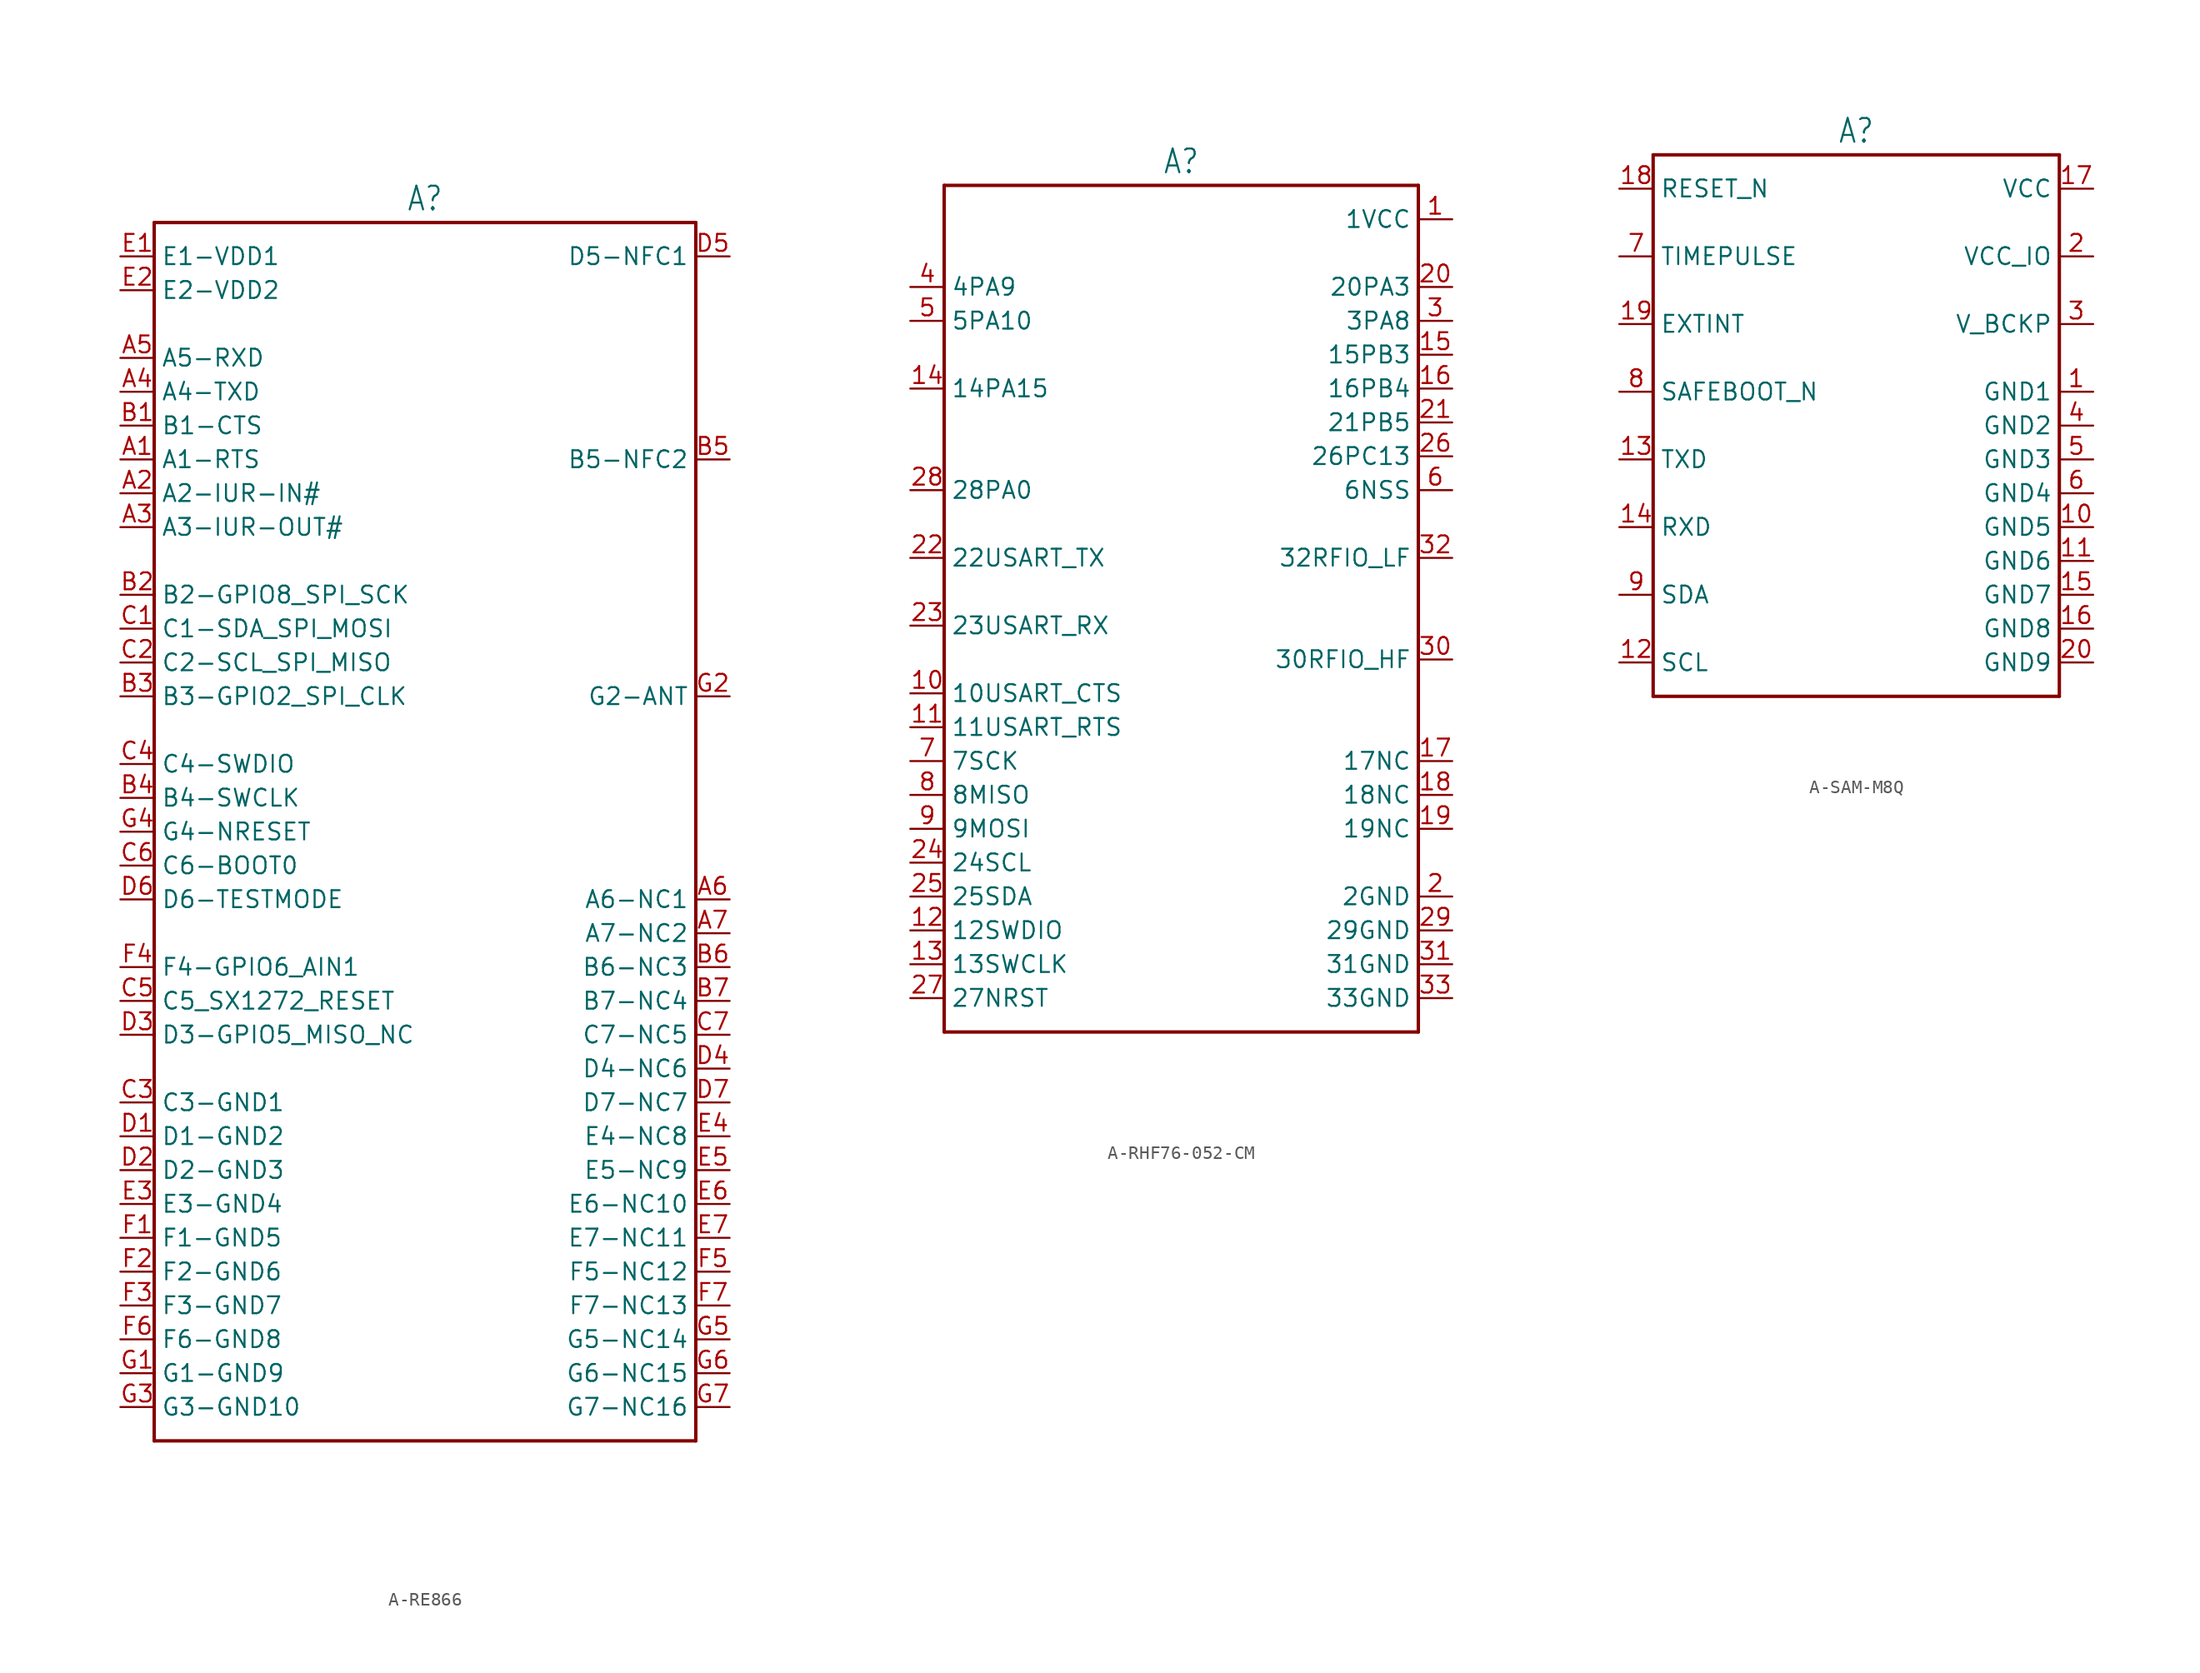
<source format=kicad_sym>
(kicad_symbol_lib
  (version 20231120)
  (generator "kicad_symbol_editor")
  (generator_version "8.0")
  (symbol "A-RE866"
    (property "Reference" "A"
      (at 0 43.942 0)
      (effects (font (size 1.778 1.511)) (justify bottom)))
    (property "Value" ""
      (at 0 -49.022 0)
      (effects (font (size 1.778 1.511)) (justify top)))
    (property "ki_locked" ""
      (at 0 0 0)
      (effects (font (size 1.27 1.27))))
    (symbol "A-RE866_1_0"
      (polyline (pts (xy -20.32 -48.26) (xy 20.32 -48.26)) (stroke (width 0.254) (type solid)) (fill (type none)))
      (polyline (pts (xy -20.32 43.18) (xy -20.32 -48.26)) (stroke (width 0.254) (type solid)) (fill (type none)))
      (polyline (pts (xy 20.32 -48.26) (xy 20.32 43.18)) (stroke (width 0.254) (type solid)) (fill (type none)))
      (polyline (pts (xy 20.32 43.18) (xy -20.32 43.18)) (stroke (width 0.254) (type solid)) (fill (type none)))
      (pin passive line (at -22.86 25.4 0) (length 2.54) (name "A1-RTS" (effects (font (size 1.27 1.27)))) (number "A1" (effects (font (size 1.27 1.27)))))
      (pin passive line (at -22.86 22.86 0) (length 2.54) (name "A2-IUR-IN#" (effects (font (size 1.27 1.27)))) (number "A2" (effects (font (size 1.27 1.27)))))
      (pin passive line (at -22.86 20.32 0) (length 2.54) (name "A3-IUR-OUT#" (effects (font (size 1.27 1.27)))) (number "A3" (effects (font (size 1.27 1.27)))))
      (pin passive line (at -22.86 30.48 0) (length 2.54) (name "A4-TXD" (effects (font (size 1.27 1.27)))) (number "A4" (effects (font (size 1.27 1.27)))))
      (pin passive line (at -22.86 33.02 0) (length 2.54) (name "A5-RXD" (effects (font (size 1.27 1.27)))) (number "A5" (effects (font (size 1.27 1.27)))))
      (pin passive line (at 22.86 -7.62 180) (length 2.54) (name "A6-NC1" (effects (font (size 1.27 1.27)))) (number "A6" (effects (font (size 1.27 1.27)))))
      (pin passive line (at 22.86 -10.16 180) (length 2.54) (name "A7-NC2" (effects (font (size 1.27 1.27)))) (number "A7" (effects (font (size 1.27 1.27)))))
      (pin passive line (at -22.86 27.94 0) (length 2.54) (name "B1-CTS" (effects (font (size 1.27 1.27)))) (number "B1" (effects (font (size 1.27 1.27)))))
      (pin passive line (at -22.86 15.24 0) (length 2.54) (name "B2-GPIO8_SPI_SCK" (effects (font (size 1.27 1.27)))) (number "B2" (effects (font (size 1.27 1.27)))))
      (pin passive line (at -22.86 7.62 0) (length 2.54) (name "B3-GPIO2_SPI_CLK" (effects (font (size 1.27 1.27)))) (number "B3" (effects (font (size 1.27 1.27)))))
      (pin passive line (at -22.86 0 0) (length 2.54) (name "B4-SWCLK" (effects (font (size 1.27 1.27)))) (number "B4" (effects (font (size 1.27 1.27)))))
      (pin passive line (at 22.86 25.4 180) (length 2.54) (name "B5-NFC2" (effects (font (size 1.27 1.27)))) (number "B5" (effects (font (size 1.27 1.27)))))
      (pin passive line (at 22.86 -12.7 180) (length 2.54) (name "B6-NC3" (effects (font (size 1.27 1.27)))) (number "B6" (effects (font (size 1.27 1.27)))))
      (pin passive line (at 22.86 -15.24 180) (length 2.54) (name "B7-NC4" (effects (font (size 1.27 1.27)))) (number "B7" (effects (font (size 1.27 1.27)))))
      (pin passive line (at -22.86 12.7 0) (length 2.54) (name "C1-SDA_SPI_MOSI" (effects (font (size 1.27 1.27)))) (number "C1" (effects (font (size 1.27 1.27)))))
      (pin passive line (at -22.86 10.16 0) (length 2.54) (name "C2-SCL_SPI_MISO" (effects (font (size 1.27 1.27)))) (number "C2" (effects (font (size 1.27 1.27)))))
      (pin passive line (at -22.86 -22.86 0) (length 2.54) (name "C3-GND1" (effects (font (size 1.27 1.27)))) (number "C3" (effects (font (size 1.27 1.27)))))
      (pin passive line (at -22.86 2.54 0) (length 2.54) (name "C4-SWDIO" (effects (font (size 1.27 1.27)))) (number "C4" (effects (font (size 1.27 1.27)))))
      (pin passive line (at -22.86 -15.24 0) (length 2.54) (name "C5_SX1272_RESET" (effects (font (size 1.27 1.27)))) (number "C5" (effects (font (size 1.27 1.27)))))
      (pin passive line (at -22.86 -5.08 0) (length 2.54) (name "C6-BOOT0" (effects (font (size 1.27 1.27)))) (number "C6" (effects (font (size 1.27 1.27)))))
      (pin passive line (at 22.86 -17.78 180) (length 2.54) (name "C7-NC5" (effects (font (size 1.27 1.27)))) (number "C7" (effects (font (size 1.27 1.27)))))
      (pin passive line (at -22.86 -25.4 0) (length 2.54) (name "D1-GND2" (effects (font (size 1.27 1.27)))) (number "D1" (effects (font (size 1.27 1.27)))))
      (pin passive line (at -22.86 -27.94 0) (length 2.54) (name "D2-GND3" (effects (font (size 1.27 1.27)))) (number "D2" (effects (font (size 1.27 1.27)))))
      (pin passive line (at -22.86 -17.78 0) (length 2.54) (name "D3-GPIO5_MISO_NC" (effects (font (size 1.27 1.27)))) (number "D3" (effects (font (size 1.27 1.27)))))
      (pin passive line (at 22.86 -20.32 180) (length 2.54) (name "D4-NC6" (effects (font (size 1.27 1.27)))) (number "D4" (effects (font (size 1.27 1.27)))))
      (pin passive line (at 22.86 40.64 180) (length 2.54) (name "D5-NFC1" (effects (font (size 1.27 1.27)))) (number "D5" (effects (font (size 1.27 1.27)))))
      (pin passive line (at -22.86 -7.62 0) (length 2.54) (name "D6-TESTMODE" (effects (font (size 1.27 1.27)))) (number "D6" (effects (font (size 1.27 1.27)))))
      (pin passive line (at 22.86 -22.86 180) (length 2.54) (name "D7-NC7" (effects (font (size 1.27 1.27)))) (number "D7" (effects (font (size 1.27 1.27)))))
      (pin passive line (at -22.86 40.64 0) (length 2.54) (name "E1-VDD1" (effects (font (size 1.27 1.27)))) (number "E1" (effects (font (size 1.27 1.27)))))
      (pin passive line (at -22.86 38.1 0) (length 2.54) (name "E2-VDD2" (effects (font (size 1.27 1.27)))) (number "E2" (effects (font (size 1.27 1.27)))))
      (pin passive line (at -22.86 -30.48 0) (length 2.54) (name "E3-GND4" (effects (font (size 1.27 1.27)))) (number "E3" (effects (font (size 1.27 1.27)))))
      (pin passive line (at 22.86 -25.4 180) (length 2.54) (name "E4-NC8" (effects (font (size 1.27 1.27)))) (number "E4" (effects (font (size 1.27 1.27)))))
      (pin passive line (at 22.86 -27.94 180) (length 2.54) (name "E5-NC9" (effects (font (size 1.27 1.27)))) (number "E5" (effects (font (size 1.27 1.27)))))
      (pin passive line (at 22.86 -30.48 180) (length 2.54) (name "E6-NC10" (effects (font (size 1.27 1.27)))) (number "E6" (effects (font (size 1.27 1.27)))))
      (pin passive line (at 22.86 -33.02 180) (length 2.54) (name "E7-NC11" (effects (font (size 1.27 1.27)))) (number "E7" (effects (font (size 1.27 1.27)))))
      (pin passive line (at -22.86 -33.02 0) (length 2.54) (name "F1-GND5" (effects (font (size 1.27 1.27)))) (number "F1" (effects (font (size 1.27 1.27)))))
      (pin passive line (at -22.86 -35.56 0) (length 2.54) (name "F2-GND6" (effects (font (size 1.27 1.27)))) (number "F2" (effects (font (size 1.27 1.27)))))
      (pin passive line (at -22.86 -38.1 0) (length 2.54) (name "F3-GND7" (effects (font (size 1.27 1.27)))) (number "F3" (effects (font (size 1.27 1.27)))))
      (pin passive line (at -22.86 -12.7 0) (length 2.54) (name "F4-GPIO6_AIN1" (effects (font (size 1.27 1.27)))) (number "F4" (effects (font (size 1.27 1.27)))))
      (pin passive line (at 22.86 -35.56 180) (length 2.54) (name "F5-NC12" (effects (font (size 1.27 1.27)))) (number "F5" (effects (font (size 1.27 1.27)))))
      (pin passive line (at -22.86 -40.64 0) (length 2.54) (name "F6-GND8" (effects (font (size 1.27 1.27)))) (number "F6" (effects (font (size 1.27 1.27)))))
      (pin passive line (at 22.86 -38.1 180) (length 2.54) (name "F7-NC13" (effects (font (size 1.27 1.27)))) (number "F7" (effects (font (size 1.27 1.27)))))
      (pin passive line (at -22.86 -43.18 0) (length 2.54) (name "G1-GND9" (effects (font (size 1.27 1.27)))) (number "G1" (effects (font (size 1.27 1.27)))))
      (pin passive line (at 22.86 7.62 180) (length 2.54) (name "G2-ANT" (effects (font (size 1.27 1.27)))) (number "G2" (effects (font (size 1.27 1.27)))))
      (pin passive line (at -22.86 -45.72 0) (length 2.54) (name "G3-GND10" (effects (font (size 1.27 1.27)))) (number "G3" (effects (font (size 1.27 1.27)))))
      (pin passive line (at -22.86 -2.54 0) (length 2.54) (name "G4-NRESET" (effects (font (size 1.27 1.27)))) (number "G4" (effects (font (size 1.27 1.27)))))
      (pin passive line (at 22.86 -40.64 180) (length 2.54) (name "G5-NC14" (effects (font (size 1.27 1.27)))) (number "G5" (effects (font (size 1.27 1.27)))))
      (pin passive line (at 22.86 -43.18 180) (length 2.54) (name "G6-NC15" (effects (font (size 1.27 1.27)))) (number "G6" (effects (font (size 1.27 1.27)))))
      (pin passive line (at 22.86 -45.72 180) (length 2.54) (name "G7-NC16" (effects (font (size 1.27 1.27)))) (number "G7" (effects (font (size 1.27 1.27)))))))
  (symbol "A-RHF76-052-CM"
    (property "Reference" "A"
      (at 0 33.782 0)
      (effects (font (size 1.778 1.511)) (justify bottom)))
    (property "Value" ""
      (at 0 -31.242 0)
      (effects (font (size 1.778 1.511)) (justify top)))
    (property "ki_locked" ""
      (at 0 0 0)
      (effects (font (size 1.27 1.27))))
    (symbol "A-RHF76-052-CM_1_0"
      (polyline (pts (xy -17.78 -30.48) (xy -17.78 33.02)) (stroke (width 0.254) (type solid)) (fill (type none)))
      (polyline (pts (xy -17.78 33.02) (xy 17.78 33.02)) (stroke (width 0.254) (type solid)) (fill (type none)))
      (polyline (pts (xy 17.78 -30.48) (xy -17.78 -30.48)) (stroke (width 0.254) (type solid)) (fill (type none)))
      (polyline (pts (xy 17.78 33.02) (xy 17.78 -30.48)) (stroke (width 0.254) (type solid)) (fill (type none)))
      (pin passive line (at 20.32 30.48 180) (length 2.54) (name "1VCC" (effects (font (size 1.27 1.27)))) (number "1" (effects (font (size 1.27 1.27)))))
      (pin passive line (at -20.32 -5.08 0) (length 2.54) (name "10USART_CTS" (effects (font (size 1.27 1.27)))) (number "10" (effects (font (size 1.27 1.27)))))
      (pin passive line (at -20.32 -7.62 0) (length 2.54) (name "11USART_RTS" (effects (font (size 1.27 1.27)))) (number "11" (effects (font (size 1.27 1.27)))))
      (pin passive line (at -20.32 -22.86 0) (length 2.54) (name "12SWDIO" (effects (font (size 1.27 1.27)))) (number "12" (effects (font (size 1.27 1.27)))))
      (pin passive line (at -20.32 -25.4 0) (length 2.54) (name "13SWCLK" (effects (font (size 1.27 1.27)))) (number "13" (effects (font (size 1.27 1.27)))))
      (pin passive line (at -20.32 17.78 0) (length 2.54) (name "14PA15" (effects (font (size 1.27 1.27)))) (number "14" (effects (font (size 1.27 1.27)))))
      (pin passive line (at 20.32 20.32 180) (length 2.54) (name "15PB3" (effects (font (size 1.27 1.27)))) (number "15" (effects (font (size 1.27 1.27)))))
      (pin passive line (at 20.32 17.78 180) (length 2.54) (name "16PB4" (effects (font (size 1.27 1.27)))) (number "16" (effects (font (size 1.27 1.27)))))
      (pin passive line (at 20.32 -10.16 180) (length 2.54) (name "17NC" (effects (font (size 1.27 1.27)))) (number "17" (effects (font (size 1.27 1.27)))))
      (pin passive line (at 20.32 -12.7 180) (length 2.54) (name "18NC" (effects (font (size 1.27 1.27)))) (number "18" (effects (font (size 1.27 1.27)))))
      (pin passive line (at 20.32 -15.24 180) (length 2.54) (name "19NC" (effects (font (size 1.27 1.27)))) (number "19" (effects (font (size 1.27 1.27)))))
      (pin passive line (at 20.32 -20.32 180) (length 2.54) (name "2GND" (effects (font (size 1.27 1.27)))) (number "2" (effects (font (size 1.27 1.27)))))
      (pin passive line (at 20.32 25.4 180) (length 2.54) (name "20PA3" (effects (font (size 1.27 1.27)))) (number "20" (effects (font (size 1.27 1.27)))))
      (pin passive line (at 20.32 15.24 180) (length 2.54) (name "21PB5" (effects (font (size 1.27 1.27)))) (number "21" (effects (font (size 1.27 1.27)))))
      (pin passive line (at -20.32 5.08 0) (length 2.54) (name "22USART_TX" (effects (font (size 1.27 1.27)))) (number "22" (effects (font (size 1.27 1.27)))))
      (pin passive line (at -20.32 0 0) (length 2.54) (name "23USART_RX" (effects (font (size 1.27 1.27)))) (number "23" (effects (font (size 1.27 1.27)))))
      (pin passive line (at -20.32 -17.78 0) (length 2.54) (name "24SCL" (effects (font (size 1.27 1.27)))) (number "24" (effects (font (size 1.27 1.27)))))
      (pin passive line (at -20.32 -20.32 0) (length 2.54) (name "25SDA" (effects (font (size 1.27 1.27)))) (number "25" (effects (font (size 1.27 1.27)))))
      (pin passive line (at 20.32 12.7 180) (length 2.54) (name "26PC13" (effects (font (size 1.27 1.27)))) (number "26" (effects (font (size 1.27 1.27)))))
      (pin passive line (at -20.32 -27.94 0) (length 2.54) (name "27NRST" (effects (font (size 1.27 1.27)))) (number "27" (effects (font (size 1.27 1.27)))))
      (pin passive line (at -20.32 10.16 0) (length 2.54) (name "28PA0" (effects (font (size 1.27 1.27)))) (number "28" (effects (font (size 1.27 1.27)))))
      (pin passive line (at 20.32 -22.86 180) (length 2.54) (name "29GND" (effects (font (size 1.27 1.27)))) (number "29" (effects (font (size 1.27 1.27)))))
      (pin passive line (at 20.32 22.86 180) (length 2.54) (name "3PA8" (effects (font (size 1.27 1.27)))) (number "3" (effects (font (size 1.27 1.27)))))
      (pin passive line (at 20.32 -2.54 180) (length 2.54) (name "30RFIO_HF" (effects (font (size 1.27 1.27)))) (number "30" (effects (font (size 1.27 1.27)))))
      (pin passive line (at 20.32 -25.4 180) (length 2.54) (name "31GND" (effects (font (size 1.27 1.27)))) (number "31" (effects (font (size 1.27 1.27)))))
      (pin passive line (at 20.32 5.08 180) (length 2.54) (name "32RFIO_LF" (effects (font (size 1.27 1.27)))) (number "32" (effects (font (size 1.27 1.27)))))
      (pin passive line (at 20.32 -27.94 180) (length 2.54) (name "33GND" (effects (font (size 1.27 1.27)))) (number "33" (effects (font (size 1.27 1.27)))))
      (pin passive line (at -20.32 25.4 0) (length 2.54) (name "4PA9" (effects (font (size 1.27 1.27)))) (number "4" (effects (font (size 1.27 1.27)))))
      (pin passive line (at -20.32 22.86 0) (length 2.54) (name "5PA10" (effects (font (size 1.27 1.27)))) (number "5" (effects (font (size 1.27 1.27)))))
      (pin passive line (at 20.32 10.16 180) (length 2.54) (name "6NSS" (effects (font (size 1.27 1.27)))) (number "6" (effects (font (size 1.27 1.27)))))
      (pin passive line (at -20.32 -10.16 0) (length 2.54) (name "7SCK" (effects (font (size 1.27 1.27)))) (number "7" (effects (font (size 1.27 1.27)))))
      (pin passive line (at -20.32 -12.7 0) (length 2.54) (name "8MISO" (effects (font (size 1.27 1.27)))) (number "8" (effects (font (size 1.27 1.27)))))
      (pin passive line (at -20.32 -15.24 0) (length 2.54) (name "9MOSI" (effects (font (size 1.27 1.27)))) (number "9" (effects (font (size 1.27 1.27)))))))
  (symbol "A-SAM-M8Q"
    (property "Reference" "A"
      (at 0 21.082 0)
      (effects (font (size 1.778 1.511)) (justify bottom)))
    (property "Value" ""
      (at 0 -21.082 0)
      (effects (font (size 1.778 1.511)) (justify top)))
    (property "ki_locked" ""
      (at 0 0 0)
      (effects (font (size 1.27 1.27))))
    (symbol "A-SAM-M8Q_1_0"
      (polyline (pts (xy -15.24 -20.32) (xy -15.24 20.32)) (stroke (width 0.254) (type solid)) (fill (type none)))
      (polyline (pts (xy -15.24 20.32) (xy 15.24 20.32)) (stroke (width 0.254) (type solid)) (fill (type none)))
      (polyline (pts (xy 15.24 -20.32) (xy -15.24 -20.32)) (stroke (width 0.254) (type solid)) (fill (type none)))
      (polyline (pts (xy 15.24 20.32) (xy 15.24 -20.32)) (stroke (width 0.254) (type solid)) (fill (type none)))
      (pin passive line (at 17.78 2.54 180) (length 2.54) (name "GND1" (effects (font (size 1.27 1.27)))) (number "1" (effects (font (size 1.27 1.27)))))
      (pin passive line (at 17.78 -7.62 180) (length 2.54) (name "GND5" (effects (font (size 1.27 1.27)))) (number "10" (effects (font (size 1.27 1.27)))))
      (pin passive line (at 17.78 -10.16 180) (length 2.54) (name "GND6" (effects (font (size 1.27 1.27)))) (number "11" (effects (font (size 1.27 1.27)))))
      (pin passive line (at -17.78 -17.78 0) (length 2.54) (name "SCL" (effects (font (size 1.27 1.27)))) (number "12" (effects (font (size 1.27 1.27)))))
      (pin passive line (at -17.78 -2.54 0) (length 2.54) (name "TXD" (effects (font (size 1.27 1.27)))) (number "13" (effects (font (size 1.27 1.27)))))
      (pin passive line (at -17.78 -7.62 0) (length 2.54) (name "RXD" (effects (font (size 1.27 1.27)))) (number "14" (effects (font (size 1.27 1.27)))))
      (pin passive line (at 17.78 -12.7 180) (length 2.54) (name "GND7" (effects (font (size 1.27 1.27)))) (number "15" (effects (font (size 1.27 1.27)))))
      (pin passive line (at 17.78 -15.24 180) (length 2.54) (name "GND8" (effects (font (size 1.27 1.27)))) (number "16" (effects (font (size 1.27 1.27)))))
      (pin passive line (at 17.78 17.78 180) (length 2.54) (name "VCC" (effects (font (size 1.27 1.27)))) (number "17" (effects (font (size 1.27 1.27)))))
      (pin passive line (at -17.78 17.78 0) (length 2.54) (name "RESET_N" (effects (font (size 1.27 1.27)))) (number "18" (effects (font (size 1.27 1.27)))))
      (pin passive line (at -17.78 7.62 0) (length 2.54) (name "EXTINT" (effects (font (size 1.27 1.27)))) (number "19" (effects (font (size 1.27 1.27)))))
      (pin passive line (at 17.78 12.7 180) (length 2.54) (name "VCC_IO" (effects (font (size 1.27 1.27)))) (number "2" (effects (font (size 1.27 1.27)))))
      (pin passive line (at 17.78 -17.78 180) (length 2.54) (name "GND9" (effects (font (size 1.27 1.27)))) (number "20" (effects (font (size 1.27 1.27)))))
      (pin passive line (at 17.78 7.62 180) (length 2.54) (name "V_BCKP" (effects (font (size 1.27 1.27)))) (number "3" (effects (font (size 1.27 1.27)))))
      (pin passive line (at 17.78 0 180) (length 2.54) (name "GND2" (effects (font (size 1.27 1.27)))) (number "4" (effects (font (size 1.27 1.27)))))
      (pin passive line (at 17.78 -2.54 180) (length 2.54) (name "GND3" (effects (font (size 1.27 1.27)))) (number "5" (effects (font (size 1.27 1.27)))))
      (pin passive line (at 17.78 -5.08 180) (length 2.54) (name "GND4" (effects (font (size 1.27 1.27)))) (number "6" (effects (font (size 1.27 1.27)))))
      (pin passive line (at -17.78 12.7 0) (length 2.54) (name "TIMEPULSE" (effects (font (size 1.27 1.27)))) (number "7" (effects (font (size 1.27 1.27)))))
      (pin passive line (at -17.78 2.54 0) (length 2.54) (name "SAFEBOOT_N" (effects (font (size 1.27 1.27)))) (number "8" (effects (font (size 1.27 1.27)))))
      (pin passive line (at -17.78 -12.7 0) (length 2.54) (name "SDA" (effects (font (size 1.27 1.27)))) (number "9" (effects (font (size 1.27 1.27))))))))
</source>
